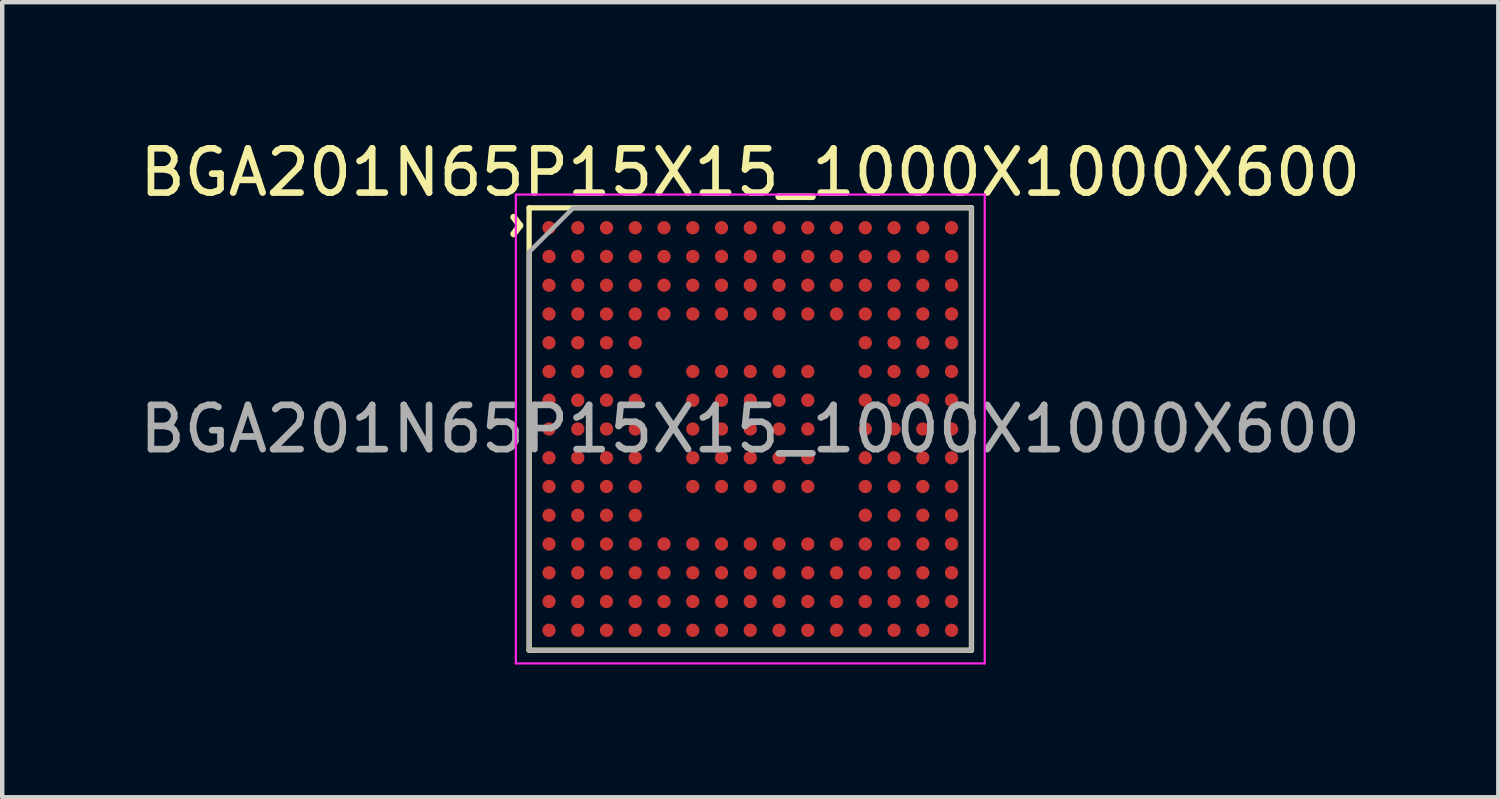
<source format=kicad_pcb>
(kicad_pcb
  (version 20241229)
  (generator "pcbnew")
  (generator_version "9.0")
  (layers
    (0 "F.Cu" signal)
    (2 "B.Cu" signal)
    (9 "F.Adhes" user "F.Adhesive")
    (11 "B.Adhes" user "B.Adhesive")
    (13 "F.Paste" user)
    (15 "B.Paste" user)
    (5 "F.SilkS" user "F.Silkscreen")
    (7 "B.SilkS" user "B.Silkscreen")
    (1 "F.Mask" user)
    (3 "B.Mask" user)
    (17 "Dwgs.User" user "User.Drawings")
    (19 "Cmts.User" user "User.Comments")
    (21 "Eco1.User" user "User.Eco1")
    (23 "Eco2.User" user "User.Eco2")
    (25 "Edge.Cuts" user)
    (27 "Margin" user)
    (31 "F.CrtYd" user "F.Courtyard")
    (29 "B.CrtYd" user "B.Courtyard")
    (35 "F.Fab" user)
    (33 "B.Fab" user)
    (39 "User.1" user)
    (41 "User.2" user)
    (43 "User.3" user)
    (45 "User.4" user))
  (footprint "BGA201N65P15X15_1000X1000X600"
    (layer "F.Cu")
    (at 13.911 6.648)
    (property "Reference" "BGA201N65P15X15_1000X1000X600" (at 0 -5.8 0) (layer "F.SilkS") (effects (font (size 1 1) (thickness 0.15))))
    (attr smd)
    (fp_line (start -5 -5) (end 5 -5) (stroke (width 0.12) (type solid)) (layer "F.SilkS"))
    (fp_line (start -5 5) (end -5 -5) (stroke (width 0.12) (type solid)) (layer "F.SilkS"))
    (fp_line (start 5 -5) (end 5 5) (stroke (width 0.12) (type solid)) (layer "F.SilkS"))
    (fp_line (start 5 5) (end -5 5) (stroke (width 0.12) (type solid)) (layer "F.SilkS"))
    (fp_line (start -5.3 -5.3) (end -5.3 5.3) (stroke (width 0.05) (type solid)) (layer "F.CrtYd"))
    (fp_line (start -5.3 5.3) (end 5.3 5.3) (stroke (width 0.05) (type solid)) (layer "F.CrtYd"))
    (fp_line (start 5.3 -5.3) (end -5.3 -5.3) (stroke (width 0.05) (type solid)) (layer "F.CrtYd"))
    (fp_line (start 5.3 5.3) (end 5.3 -5.3) (stroke (width 0.05) (type solid)) (layer "F.CrtYd"))
    (fp_line (start -5 -4) (end -4 -5) (stroke (width 0.1) (type solid)) (layer "F.Fab"))
    (fp_line (start -5 5) (end -5 -4) (stroke (width 0.1) (type solid)) (layer "F.Fab"))
    (fp_line (start -4 -5) (end 5 -5) (stroke (width 0.1) (type solid)) (layer "F.Fab"))
    (fp_line (start 5 -5) (end 5 5) (stroke (width 0.1) (type solid)) (layer "F.Fab"))
    (fp_line (start 5 5) (end -5 5) (stroke (width 0.1) (type solid)) (layer "F.Fab"))
    (fp_text user "^" (at -5.8 -4.6 270) (unlocked yes) (layer "F.SilkS") (effects (font (size 1 1) (thickness 0.15))))
    (fp_text user "${REFERENCE}" (at 0 0 0) (layer "F.Fab") (effects (font (size 1 1) (thickness 0.15))))
    (pad "A1" smd circle (at -4.55 -4.55) (size 0.3 0.3) (layers "F.Cu" "F.Mask" "F.Paste"))
    (pad "A2" smd circle (at -3.9 -4.55) (size 0.3 0.3) (layers "F.Cu" "F.Mask" "F.Paste"))
    (pad "A3" smd circle (at -3.25 -4.55) (size 0.3 0.3) (layers "F.Cu" "F.Mask" "F.Paste"))
    (pad "A4" smd circle (at -2.6 -4.55) (size 0.3 0.3) (layers "F.Cu" "F.Mask" "F.Paste"))
    (pad "A5" smd circle (at -1.95 -4.55) (size 0.3 0.3) (layers "F.Cu" "F.Mask" "F.Paste"))
    (pad "A6" smd circle (at -1.3 -4.55) (size 0.3 0.3) (layers "F.Cu" "F.Mask" "F.Paste"))
    (pad "A7" smd circle (at -0.65 -4.55) (size 0.3 0.3) (layers "F.Cu" "F.Mask" "F.Paste"))
    (pad "A8" smd circle (at 0 -4.55) (size 0.3 0.3) (layers "F.Cu" "F.Mask" "F.Paste"))
    (pad "A9" smd circle (at 0.65 -4.55) (size 0.3 0.3) (layers "F.Cu" "F.Mask" "F.Paste"))
    (pad "A10" smd circle (at 1.3 -4.55) (size 0.3 0.3) (layers "F.Cu" "F.Mask" "F.Paste"))
    (pad "A11" smd circle (at 1.95 -4.55) (size 0.3 0.3) (layers "F.Cu" "F.Mask" "F.Paste"))
    (pad "A12" smd circle (at 2.6 -4.55) (size 0.3 0.3) (layers "F.Cu" "F.Mask" "F.Paste"))
    (pad "A13" smd circle (at 3.25 -4.55) (size 0.3 0.3) (layers "F.Cu" "F.Mask" "F.Paste"))
    (pad "A14" smd circle (at 3.9 -4.55) (size 0.3 0.3) (layers "F.Cu" "F.Mask" "F.Paste"))
    (pad "A15" smd circle (at 4.55 -4.55) (size 0.3 0.3) (layers "F.Cu" "F.Mask" "F.Paste"))
    (pad "B1" smd circle (at -4.55 -3.9) (size 0.3 0.3) (layers "F.Cu" "F.Mask" "F.Paste"))
    (pad "B2" smd circle (at -3.9 -3.9) (size 0.3 0.3) (layers "F.Cu" "F.Mask" "F.Paste"))
    (pad "B3" smd circle (at -3.25 -3.9) (size 0.3 0.3) (layers "F.Cu" "F.Mask" "F.Paste"))
    (pad "B4" smd circle (at -2.6 -3.9) (size 0.3 0.3) (layers "F.Cu" "F.Mask" "F.Paste"))
    (pad "B5" smd circle (at -1.95 -3.9) (size 0.3 0.3) (layers "F.Cu" "F.Mask" "F.Paste"))
    (pad "B6" smd circle (at -1.3 -3.9) (size 0.3 0.3) (layers "F.Cu" "F.Mask" "F.Paste"))
    (pad "B7" smd circle (at -0.65 -3.9) (size 0.3 0.3) (layers "F.Cu" "F.Mask" "F.Paste"))
    (pad "B8" smd circle (at 0 -3.9) (size 0.3 0.3) (layers "F.Cu" "F.Mask" "F.Paste"))
    (pad "B9" smd circle (at 0.65 -3.9) (size 0.3 0.3) (layers "F.Cu" "F.Mask" "F.Paste"))
    (pad "B10" smd circle (at 1.3 -3.9) (size 0.3 0.3) (layers "F.Cu" "F.Mask" "F.Paste"))
    (pad "B11" smd circle (at 1.95 -3.9) (size 0.3 0.3) (layers "F.Cu" "F.Mask" "F.Paste"))
    (pad "B12" smd circle (at 2.6 -3.9) (size 0.3 0.3) (layers "F.Cu" "F.Mask" "F.Paste"))
    (pad "B13" smd circle (at 3.25 -3.9) (size 0.3 0.3) (layers "F.Cu" "F.Mask" "F.Paste"))
    (pad "B14" smd circle (at 3.9 -3.9) (size 0.3 0.3) (layers "F.Cu" "F.Mask" "F.Paste"))
    (pad "B15" smd circle (at 4.55 -3.9) (size 0.3 0.3) (layers "F.Cu" "F.Mask" "F.Paste"))
    (pad "C1" smd circle (at -4.55 -3.25) (size 0.3 0.3) (layers "F.Cu" "F.Mask" "F.Paste"))
    (pad "C2" smd circle (at -3.9 -3.25) (size 0.3 0.3) (layers "F.Cu" "F.Mask" "F.Paste"))
    (pad "C3" smd circle (at -3.25 -3.25) (size 0.3 0.3) (layers "F.Cu" "F.Mask" "F.Paste"))
    (pad "C4" smd circle (at -2.6 -3.25) (size 0.3 0.3) (layers "F.Cu" "F.Mask" "F.Paste"))
    (pad "C5" smd circle (at -1.95 -3.25) (size 0.3 0.3) (layers "F.Cu" "F.Mask" "F.Paste"))
    (pad "C6" smd circle (at -1.3 -3.25) (size 0.3 0.3) (layers "F.Cu" "F.Mask" "F.Paste"))
    (pad "C7" smd circle (at -0.65 -3.25) (size 0.3 0.3) (layers "F.Cu" "F.Mask" "F.Paste"))
    (pad "C8" smd circle (at 0 -3.25) (size 0.3 0.3) (layers "F.Cu" "F.Mask" "F.Paste"))
    (pad "C9" smd circle (at 0.65 -3.25) (size 0.3 0.3) (layers "F.Cu" "F.Mask" "F.Paste"))
    (pad "C10" smd circle (at 1.3 -3.25) (size 0.3 0.3) (layers "F.Cu" "F.Mask" "F.Paste"))
    (pad "C11" smd circle (at 1.95 -3.25) (size 0.3 0.3) (layers "F.Cu" "F.Mask" "F.Paste"))
    (pad "C12" smd circle (at 2.6 -3.25) (size 0.3 0.3) (layers "F.Cu" "F.Mask" "F.Paste"))
    (pad "C13" smd circle (at 3.25 -3.25) (size 0.3 0.3) (layers "F.Cu" "F.Mask" "F.Paste"))
    (pad "C14" smd circle (at 3.9 -3.25) (size 0.3 0.3) (layers "F.Cu" "F.Mask" "F.Paste"))
    (pad "C15" smd circle (at 4.55 -3.25) (size 0.3 0.3) (layers "F.Cu" "F.Mask" "F.Paste"))
    (pad "D1" smd circle (at -4.55 -2.6) (size 0.3 0.3) (layers "F.Cu" "F.Mask" "F.Paste"))
    (pad "D2" smd circle (at -3.9 -2.6) (size 0.3 0.3) (layers "F.Cu" "F.Mask" "F.Paste"))
    (pad "D3" smd circle (at -3.25 -2.6) (size 0.3 0.3) (layers "F.Cu" "F.Mask" "F.Paste"))
    (pad "D4" smd circle (at -2.6 -2.6) (size 0.3 0.3) (layers "F.Cu" "F.Mask" "F.Paste"))
    (pad "D5" smd circle (at -1.95 -2.6) (size 0.3 0.3) (layers "F.Cu" "F.Mask" "F.Paste"))
    (pad "D6" smd circle (at -1.3 -2.6) (size 0.3 0.3) (layers "F.Cu" "F.Mask" "F.Paste"))
    (pad "D7" smd circle (at -0.65 -2.6) (size 0.3 0.3) (layers "F.Cu" "F.Mask" "F.Paste"))
    (pad "D8" smd circle (at 0 -2.6) (size 0.3 0.3) (layers "F.Cu" "F.Mask" "F.Paste"))
    (pad "D9" smd circle (at 0.65 -2.6) (size 0.3 0.3) (layers "F.Cu" "F.Mask" "F.Paste"))
    (pad "D10" smd circle (at 1.3 -2.6) (size 0.3 0.3) (layers "F.Cu" "F.Mask" "F.Paste"))
    (pad "D11" smd circle (at 1.95 -2.6) (size 0.3 0.3) (layers "F.Cu" "F.Mask" "F.Paste"))
    (pad "D12" smd circle (at 2.6 -2.6) (size 0.3 0.3) (layers "F.Cu" "F.Mask" "F.Paste"))
    (pad "D13" smd circle (at 3.25 -2.6) (size 0.3 0.3) (layers "F.Cu" "F.Mask" "F.Paste"))
    (pad "D14" smd circle (at 3.9 -2.6) (size 0.3 0.3) (layers "F.Cu" "F.Mask" "F.Paste"))
    (pad "D15" smd circle (at 4.55 -2.6) (size 0.3 0.3) (layers "F.Cu" "F.Mask" "F.Paste"))
    (pad "E1" smd circle (at -4.55 -1.95) (size 0.3 0.3) (layers "F.Cu" "F.Mask" "F.Paste"))
    (pad "E2" smd circle (at -3.9 -1.95) (size 0.3 0.3) (layers "F.Cu" "F.Mask" "F.Paste"))
    (pad "E3" smd circle (at -3.25 -1.95) (size 0.3 0.3) (layers "F.Cu" "F.Mask" "F.Paste"))
    (pad "E4" smd circle (at -2.6 -1.95) (size 0.3 0.3) (layers "F.Cu" "F.Mask" "F.Paste"))
    (pad "E12" smd circle (at 2.6 -1.95) (size 0.3 0.3) (layers "F.Cu" "F.Mask" "F.Paste"))
    (pad "E13" smd circle (at 3.25 -1.95) (size 0.3 0.3) (layers "F.Cu" "F.Mask" "F.Paste"))
    (pad "E14" smd circle (at 3.9 -1.95) (size 0.3 0.3) (layers "F.Cu" "F.Mask" "F.Paste"))
    (pad "E15" smd circle (at 4.55 -1.95) (size 0.3 0.3) (layers "F.Cu" "F.Mask" "F.Paste"))
    (pad "F1" smd circle (at -4.55 -1.3) (size 0.3 0.3) (layers "F.Cu" "F.Mask" "F.Paste"))
    (pad "F2" smd circle (at -3.9 -1.3) (size 0.3 0.3) (layers "F.Cu" "F.Mask" "F.Paste"))
    (pad "F3" smd circle (at -3.25 -1.3) (size 0.3 0.3) (layers "F.Cu" "F.Mask" "F.Paste"))
    (pad "F4" smd circle (at -2.6 -1.3) (size 0.3 0.3) (layers "F.Cu" "F.Mask" "F.Paste"))
    (pad "F6" smd circle (at -1.3 -1.3) (size 0.3 0.3) (layers "F.Cu" "F.Mask" "F.Paste"))
    (pad "F7" smd circle (at -0.65 -1.3) (size 0.3 0.3) (layers "F.Cu" "F.Mask" "F.Paste"))
    (pad "F8" smd circle (at 0 -1.3) (size 0.3 0.3) (layers "F.Cu" "F.Mask" "F.Paste"))
    (pad "F9" smd circle (at 0.65 -1.3) (size 0.3 0.3) (layers "F.Cu" "F.Mask" "F.Paste"))
    (pad "F10" smd circle (at 1.3 -1.3) (size 0.3 0.3) (layers "F.Cu" "F.Mask" "F.Paste"))
    (pad "F12" smd circle (at 2.6 -1.3) (size 0.3 0.3) (layers "F.Cu" "F.Mask" "F.Paste"))
    (pad "F13" smd circle (at 3.25 -1.3) (size 0.3 0.3) (layers "F.Cu" "F.Mask" "F.Paste"))
    (pad "F14" smd circle (at 3.9 -1.3) (size 0.3 0.3) (layers "F.Cu" "F.Mask" "F.Paste"))
    (pad "F15" smd circle (at 4.55 -1.3) (size 0.3 0.3) (layers "F.Cu" "F.Mask" "F.Paste"))
    (pad "G1" smd circle (at -4.55 -0.65) (size 0.3 0.3) (layers "F.Cu" "F.Mask" "F.Paste"))
    (pad "G2" smd circle (at -3.9 -0.65) (size 0.3 0.3) (layers "F.Cu" "F.Mask" "F.Paste"))
    (pad "G3" smd circle (at -3.25 -0.65) (size 0.3 0.3) (layers "F.Cu" "F.Mask" "F.Paste"))
    (pad "G4" smd circle (at -2.6 -0.65) (size 0.3 0.3) (layers "F.Cu" "F.Mask" "F.Paste"))
    (pad "G6" smd circle (at -1.3 -0.65) (size 0.3 0.3) (layers "F.Cu" "F.Mask" "F.Paste"))
    (pad "G7" smd circle (at -0.65 -0.65) (size 0.3 0.3) (layers "F.Cu" "F.Mask" "F.Paste"))
    (pad "G8" smd circle (at 0 -0.65) (size 0.3 0.3) (layers "F.Cu" "F.Mask" "F.Paste"))
    (pad "G9" smd circle (at 0.65 -0.65) (size 0.3 0.3) (layers "F.Cu" "F.Mask" "F.Paste"))
    (pad "G10" smd circle (at 1.3 -0.65) (size 0.3 0.3) (layers "F.Cu" "F.Mask" "F.Paste"))
    (pad "G12" smd circle (at 2.6 -0.65) (size 0.3 0.3) (layers "F.Cu" "F.Mask" "F.Paste"))
    (pad "G13" smd circle (at 3.25 -0.65) (size 0.3 0.3) (layers "F.Cu" "F.Mask" "F.Paste"))
    (pad "G14" smd circle (at 3.9 -0.65) (size 0.3 0.3) (layers "F.Cu" "F.Mask" "F.Paste"))
    (pad "G15" smd circle (at 4.55 -0.65) (size 0.3 0.3) (layers "F.Cu" "F.Mask" "F.Paste"))
    (pad "H1" smd circle (at -4.55 0) (size 0.3 0.3) (layers "F.Cu" "F.Mask" "F.Paste"))
    (pad "H2" smd circle (at -3.9 0) (size 0.3 0.3) (layers "F.Cu" "F.Mask" "F.Paste"))
    (pad "H3" smd circle (at -3.25 0) (size 0.3 0.3) (layers "F.Cu" "F.Mask" "F.Paste"))
    (pad "H4" smd circle (at -2.6 0) (size 0.3 0.3) (layers "F.Cu" "F.Mask" "F.Paste"))
    (pad "H6" smd circle (at -1.3 0) (size 0.3 0.3) (layers "F.Cu" "F.Mask" "F.Paste"))
    (pad "H7" smd circle (at -0.65 0) (size 0.3 0.3) (layers "F.Cu" "F.Mask" "F.Paste"))
    (pad "H8" smd circle (at 0 0) (size 0.3 0.3) (layers "F.Cu" "F.Mask" "F.Paste"))
    (pad "H9" smd circle (at 0.65 0) (size 0.3 0.3) (layers "F.Cu" "F.Mask" "F.Paste"))
    (pad "H10" smd circle (at 1.3 0) (size 0.3 0.3) (layers "F.Cu" "F.Mask" "F.Paste"))
    (pad "H12" smd circle (at 2.6 0) (size 0.3 0.3) (layers "F.Cu" "F.Mask" "F.Paste"))
    (pad "H13" smd circle (at 3.25 0) (size 0.3 0.3) (layers "F.Cu" "F.Mask" "F.Paste"))
    (pad "H14" smd circle (at 3.9 0) (size 0.3 0.3) (layers "F.Cu" "F.Mask" "F.Paste"))
    (pad "H15" smd circle (at 4.55 0) (size 0.3 0.3) (layers "F.Cu" "F.Mask" "F.Paste"))
    (pad "J1" smd circle (at -4.55 0.65) (size 0.3 0.3) (layers "F.Cu" "F.Mask" "F.Paste"))
    (pad "J2" smd circle (at -3.9 0.65) (size 0.3 0.3) (layers "F.Cu" "F.Mask" "F.Paste"))
    (pad "J3" smd circle (at -3.25 0.65) (size 0.3 0.3) (layers "F.Cu" "F.Mask" "F.Paste"))
    (pad "J4" smd circle (at -2.6 0.65) (size 0.3 0.3) (layers "F.Cu" "F.Mask" "F.Paste"))
    (pad "J6" smd circle (at -1.3 0.65) (size 0.3 0.3) (layers "F.Cu" "F.Mask" "F.Paste"))
    (pad "J7" smd circle (at -0.65 0.65) (size 0.3 0.3) (layers "F.Cu" "F.Mask" "F.Paste"))
    (pad "J8" smd circle (at 0 0.65) (size 0.3 0.3) (layers "F.Cu" "F.Mask" "F.Paste"))
    (pad "J9" smd circle (at 0.65 0.65) (size 0.3 0.3) (layers "F.Cu" "F.Mask" "F.Paste"))
    (pad "J10" smd circle (at 1.3 0.65) (size 0.3 0.3) (layers "F.Cu" "F.Mask" "F.Paste"))
    (pad "J12" smd circle (at 2.6 0.65) (size 0.3 0.3) (layers "F.Cu" "F.Mask" "F.Paste"))
    (pad "J13" smd circle (at 3.25 0.65) (size 0.3 0.3) (layers "F.Cu" "F.Mask" "F.Paste"))
    (pad "J14" smd circle (at 3.9 0.65) (size 0.3 0.3) (layers "F.Cu" "F.Mask" "F.Paste"))
    (pad "J15" smd circle (at 4.55 0.65) (size 0.3 0.3) (layers "F.Cu" "F.Mask" "F.Paste"))
    (pad "K1" smd circle (at -4.55 1.3) (size 0.3 0.3) (layers "F.Cu" "F.Mask" "F.Paste"))
    (pad "K2" smd circle (at -3.9 1.3) (size 0.3 0.3) (layers "F.Cu" "F.Mask" "F.Paste"))
    (pad "K3" smd circle (at -3.25 1.3) (size 0.3 0.3) (layers "F.Cu" "F.Mask" "F.Paste"))
    (pad "K4" smd circle (at -2.6 1.3) (size 0.3 0.3) (layers "F.Cu" "F.Mask" "F.Paste"))
    (pad "K6" smd circle (at -1.3 1.3) (size 0.3 0.3) (layers "F.Cu" "F.Mask" "F.Paste"))
    (pad "K7" smd circle (at -0.65 1.3) (size 0.3 0.3) (layers "F.Cu" "F.Mask" "F.Paste"))
    (pad "K8" smd circle (at 0 1.3) (size 0.3 0.3) (layers "F.Cu" "F.Mask" "F.Paste"))
    (pad "K9" smd circle (at 0.65 1.3) (size 0.3 0.3) (layers "F.Cu" "F.Mask" "F.Paste"))
    (pad "K10" smd circle (at 1.3 1.3) (size 0.3 0.3) (layers "F.Cu" "F.Mask" "F.Paste"))
    (pad "K12" smd circle (at 2.6 1.3) (size 0.3 0.3) (layers "F.Cu" "F.Mask" "F.Paste"))
    (pad "K13" smd circle (at 3.25 1.3) (size 0.3 0.3) (layers "F.Cu" "F.Mask" "F.Paste"))
    (pad "K14" smd circle (at 3.9 1.3) (size 0.3 0.3) (layers "F.Cu" "F.Mask" "F.Paste"))
    (pad "K15" smd circle (at 4.55 1.3) (size 0.3 0.3) (layers "F.Cu" "F.Mask" "F.Paste"))
    (pad "L1" smd circle (at -4.55 1.95) (size 0.3 0.3) (layers "F.Cu" "F.Mask" "F.Paste"))
    (pad "L2" smd circle (at -3.9 1.95) (size 0.3 0.3) (layers "F.Cu" "F.Mask" "F.Paste"))
    (pad "L3" smd circle (at -3.25 1.95) (size 0.3 0.3) (layers "F.Cu" "F.Mask" "F.Paste"))
    (pad "L4" smd circle (at -2.6 1.95) (size 0.3 0.3) (layers "F.Cu" "F.Mask" "F.Paste"))
    (pad "L12" smd circle (at 2.6 1.95) (size 0.3 0.3) (layers "F.Cu" "F.Mask" "F.Paste"))
    (pad "L13" smd circle (at 3.25 1.95) (size 0.3 0.3) (layers "F.Cu" "F.Mask" "F.Paste"))
    (pad "L14" smd circle (at 3.9 1.95) (size 0.3 0.3) (layers "F.Cu" "F.Mask" "F.Paste"))
    (pad "L15" smd circle (at 4.55 1.95) (size 0.3 0.3) (layers "F.Cu" "F.Mask" "F.Paste"))
    (pad "M1" smd circle (at -4.55 2.6) (size 0.3 0.3) (layers "F.Cu" "F.Mask" "F.Paste"))
    (pad "M2" smd circle (at -3.9 2.6) (size 0.3 0.3) (layers "F.Cu" "F.Mask" "F.Paste"))
    (pad "M3" smd circle (at -3.25 2.6) (size 0.3 0.3) (layers "F.Cu" "F.Mask" "F.Paste"))
    (pad "M4" smd circle (at -2.6 2.6) (size 0.3 0.3) (layers "F.Cu" "F.Mask" "F.Paste"))
    (pad "M5" smd circle (at -1.95 2.6) (size 0.3 0.3) (layers "F.Cu" "F.Mask" "F.Paste"))
    (pad "M6" smd circle (at -1.3 2.6) (size 0.3 0.3) (layers "F.Cu" "F.Mask" "F.Paste"))
    (pad "M7" smd circle (at -0.65 2.6) (size 0.3 0.3) (layers "F.Cu" "F.Mask" "F.Paste"))
    (pad "M8" smd circle (at 0 2.6) (size 0.3 0.3) (layers "F.Cu" "F.Mask" "F.Paste"))
    (pad "M9" smd circle (at 0.65 2.6) (size 0.3 0.3) (layers "F.Cu" "F.Mask" "F.Paste"))
    (pad "M10" smd circle (at 1.3 2.6) (size 0.3 0.3) (layers "F.Cu" "F.Mask" "F.Paste"))
    (pad "M11" smd circle (at 1.95 2.6) (size 0.3 0.3) (layers "F.Cu" "F.Mask" "F.Paste"))
    (pad "M12" smd circle (at 2.6 2.6) (size 0.3 0.3) (layers "F.Cu" "F.Mask" "F.Paste"))
    (pad "M13" smd circle (at 3.25 2.6) (size 0.3 0.3) (layers "F.Cu" "F.Mask" "F.Paste"))
    (pad "M14" smd circle (at 3.9 2.6) (size 0.3 0.3) (layers "F.Cu" "F.Mask" "F.Paste"))
    (pad "M15" smd circle (at 4.55 2.6) (size 0.3 0.3) (layers "F.Cu" "F.Mask" "F.Paste"))
    (pad "N1" smd circle (at -4.55 3.25) (size 0.3 0.3) (layers "F.Cu" "F.Mask" "F.Paste"))
    (pad "N2" smd circle (at -3.9 3.25) (size 0.3 0.3) (layers "F.Cu" "F.Mask" "F.Paste"))
    (pad "N3" smd circle (at -3.25 3.25) (size 0.3 0.3) (layers "F.Cu" "F.Mask" "F.Paste"))
    (pad "N4" smd circle (at -2.6 3.25) (size 0.3 0.3) (layers "F.Cu" "F.Mask" "F.Paste"))
    (pad "N5" smd circle (at -1.95 3.25) (size 0.3 0.3) (layers "F.Cu" "F.Mask" "F.Paste"))
    (pad "N6" smd circle (at -1.3 3.25) (size 0.3 0.3) (layers "F.Cu" "F.Mask" "F.Paste"))
    (pad "N7" smd circle (at -0.65 3.25) (size 0.3 0.3) (layers "F.Cu" "F.Mask" "F.Paste"))
    (pad "N8" smd circle (at 0 3.25) (size 0.3 0.3) (layers "F.Cu" "F.Mask" "F.Paste"))
    (pad "N9" smd circle (at 0.65 3.25) (size 0.3 0.3) (layers "F.Cu" "F.Mask" "F.Paste"))
    (pad "N10" smd circle (at 1.3 3.25) (size 0.3 0.3) (layers "F.Cu" "F.Mask" "F.Paste"))
    (pad "N11" smd circle (at 1.95 3.25) (size 0.3 0.3) (layers "F.Cu" "F.Mask" "F.Paste"))
    (pad "N12" smd circle (at 2.6 3.25) (size 0.3 0.3) (layers "F.Cu" "F.Mask" "F.Paste"))
    (pad "N13" smd circle (at 3.25 3.25) (size 0.3 0.3) (layers "F.Cu" "F.Mask" "F.Paste"))
    (pad "N14" smd circle (at 3.9 3.25) (size 0.3 0.3) (layers "F.Cu" "F.Mask" "F.Paste"))
    (pad "N15" smd circle (at 4.55 3.25) (size 0.3 0.3) (layers "F.Cu" "F.Mask" "F.Paste"))
    (pad "P1" smd circle (at -4.55 3.9) (size 0.3 0.3) (layers "F.Cu" "F.Mask" "F.Paste"))
    (pad "P2" smd circle (at -3.9 3.9) (size 0.3 0.3) (layers "F.Cu" "F.Mask" "F.Paste"))
    (pad "P3" smd circle (at -3.25 3.9) (size 0.3 0.3) (layers "F.Cu" "F.Mask" "F.Paste"))
    (pad "P4" smd circle (at -2.6 3.9) (size 0.3 0.3) (layers "F.Cu" "F.Mask" "F.Paste"))
    (pad "P5" smd circle (at -1.95 3.9) (size 0.3 0.3) (layers "F.Cu" "F.Mask" "F.Paste"))
    (pad "P6" smd circle (at -1.3 3.9) (size 0.3 0.3) (layers "F.Cu" "F.Mask" "F.Paste"))
    (pad "P7" smd circle (at -0.65 3.9) (size 0.3 0.3) (layers "F.Cu" "F.Mask" "F.Paste"))
    (pad "P8" smd circle (at 0 3.9) (size 0.3 0.3) (layers "F.Cu" "F.Mask" "F.Paste"))
    (pad "P9" smd circle (at 0.65 3.9) (size 0.3 0.3) (layers "F.Cu" "F.Mask" "F.Paste"))
    (pad "P10" smd circle (at 1.3 3.9) (size 0.3 0.3) (layers "F.Cu" "F.Mask" "F.Paste"))
    (pad "P11" smd circle (at 1.95 3.9) (size 0.3 0.3) (layers "F.Cu" "F.Mask" "F.Paste"))
    (pad "P12" smd circle (at 2.6 3.9) (size 0.3 0.3) (layers "F.Cu" "F.Mask" "F.Paste"))
    (pad "P13" smd circle (at 3.25 3.9) (size 0.3 0.3) (layers "F.Cu" "F.Mask" "F.Paste"))
    (pad "P14" smd circle (at 3.9 3.9) (size 0.3 0.3) (layers "F.Cu" "F.Mask" "F.Paste"))
    (pad "P15" smd circle (at 4.55 3.9) (size 0.3 0.3) (layers "F.Cu" "F.Mask" "F.Paste"))
    (pad "R1" smd circle (at -4.55 4.55) (size 0.3 0.3) (layers "F.Cu" "F.Mask" "F.Paste"))
    (pad "R2" smd circle (at -3.9 4.55) (size 0.3 0.3) (layers "F.Cu" "F.Mask" "F.Paste"))
    (pad "R3" smd circle (at -3.25 4.55) (size 0.3 0.3) (layers "F.Cu" "F.Mask" "F.Paste"))
    (pad "R4" smd circle (at -2.6 4.55) (size 0.3 0.3) (layers "F.Cu" "F.Mask" "F.Paste"))
    (pad "R5" smd circle (at -1.95 4.55) (size 0.3 0.3) (layers "F.Cu" "F.Mask" "F.Paste"))
    (pad "R6" smd circle (at -1.3 4.55) (size 0.3 0.3) (layers "F.Cu" "F.Mask" "F.Paste"))
    (pad "R7" smd circle (at -0.65 4.55) (size 0.3 0.3) (layers "F.Cu" "F.Mask" "F.Paste"))
    (pad "R8" smd circle (at 0 4.55) (size 0.3 0.3) (layers "F.Cu" "F.Mask" "F.Paste"))
    (pad "R9" smd circle (at 0.65 4.55) (size 0.3 0.3) (layers "F.Cu" "F.Mask" "F.Paste"))
    (pad "R10" smd circle (at 1.3 4.55) (size 0.3 0.3) (layers "F.Cu" "F.Mask" "F.Paste"))
    (pad "R11" smd circle (at 1.95 4.55) (size 0.3 0.3) (layers "F.Cu" "F.Mask" "F.Paste"))
    (pad "R12" smd circle (at 2.6 4.55) (size 0.3 0.3) (layers "F.Cu" "F.Mask" "F.Paste"))
    (pad "R13" smd circle (at 3.25 4.55) (size 0.3 0.3) (layers "F.Cu" "F.Mask" "F.Paste"))
    (pad "R14" smd circle (at 3.9 4.55) (size 0.3 0.3) (layers "F.Cu" "F.Mask" "F.Paste"))
    (pad "R15" smd circle (at 4.55 4.55) (size 0.3 0.3) (layers "F.Cu" "F.Mask" "F.Paste")))
  (gr_rect
    (start -3 -3)
    (end 30.821 14.973)
    (stroke (width 0.1) (type default))
    (fill no)
    (layer "Edge.Cuts")))
</source>
